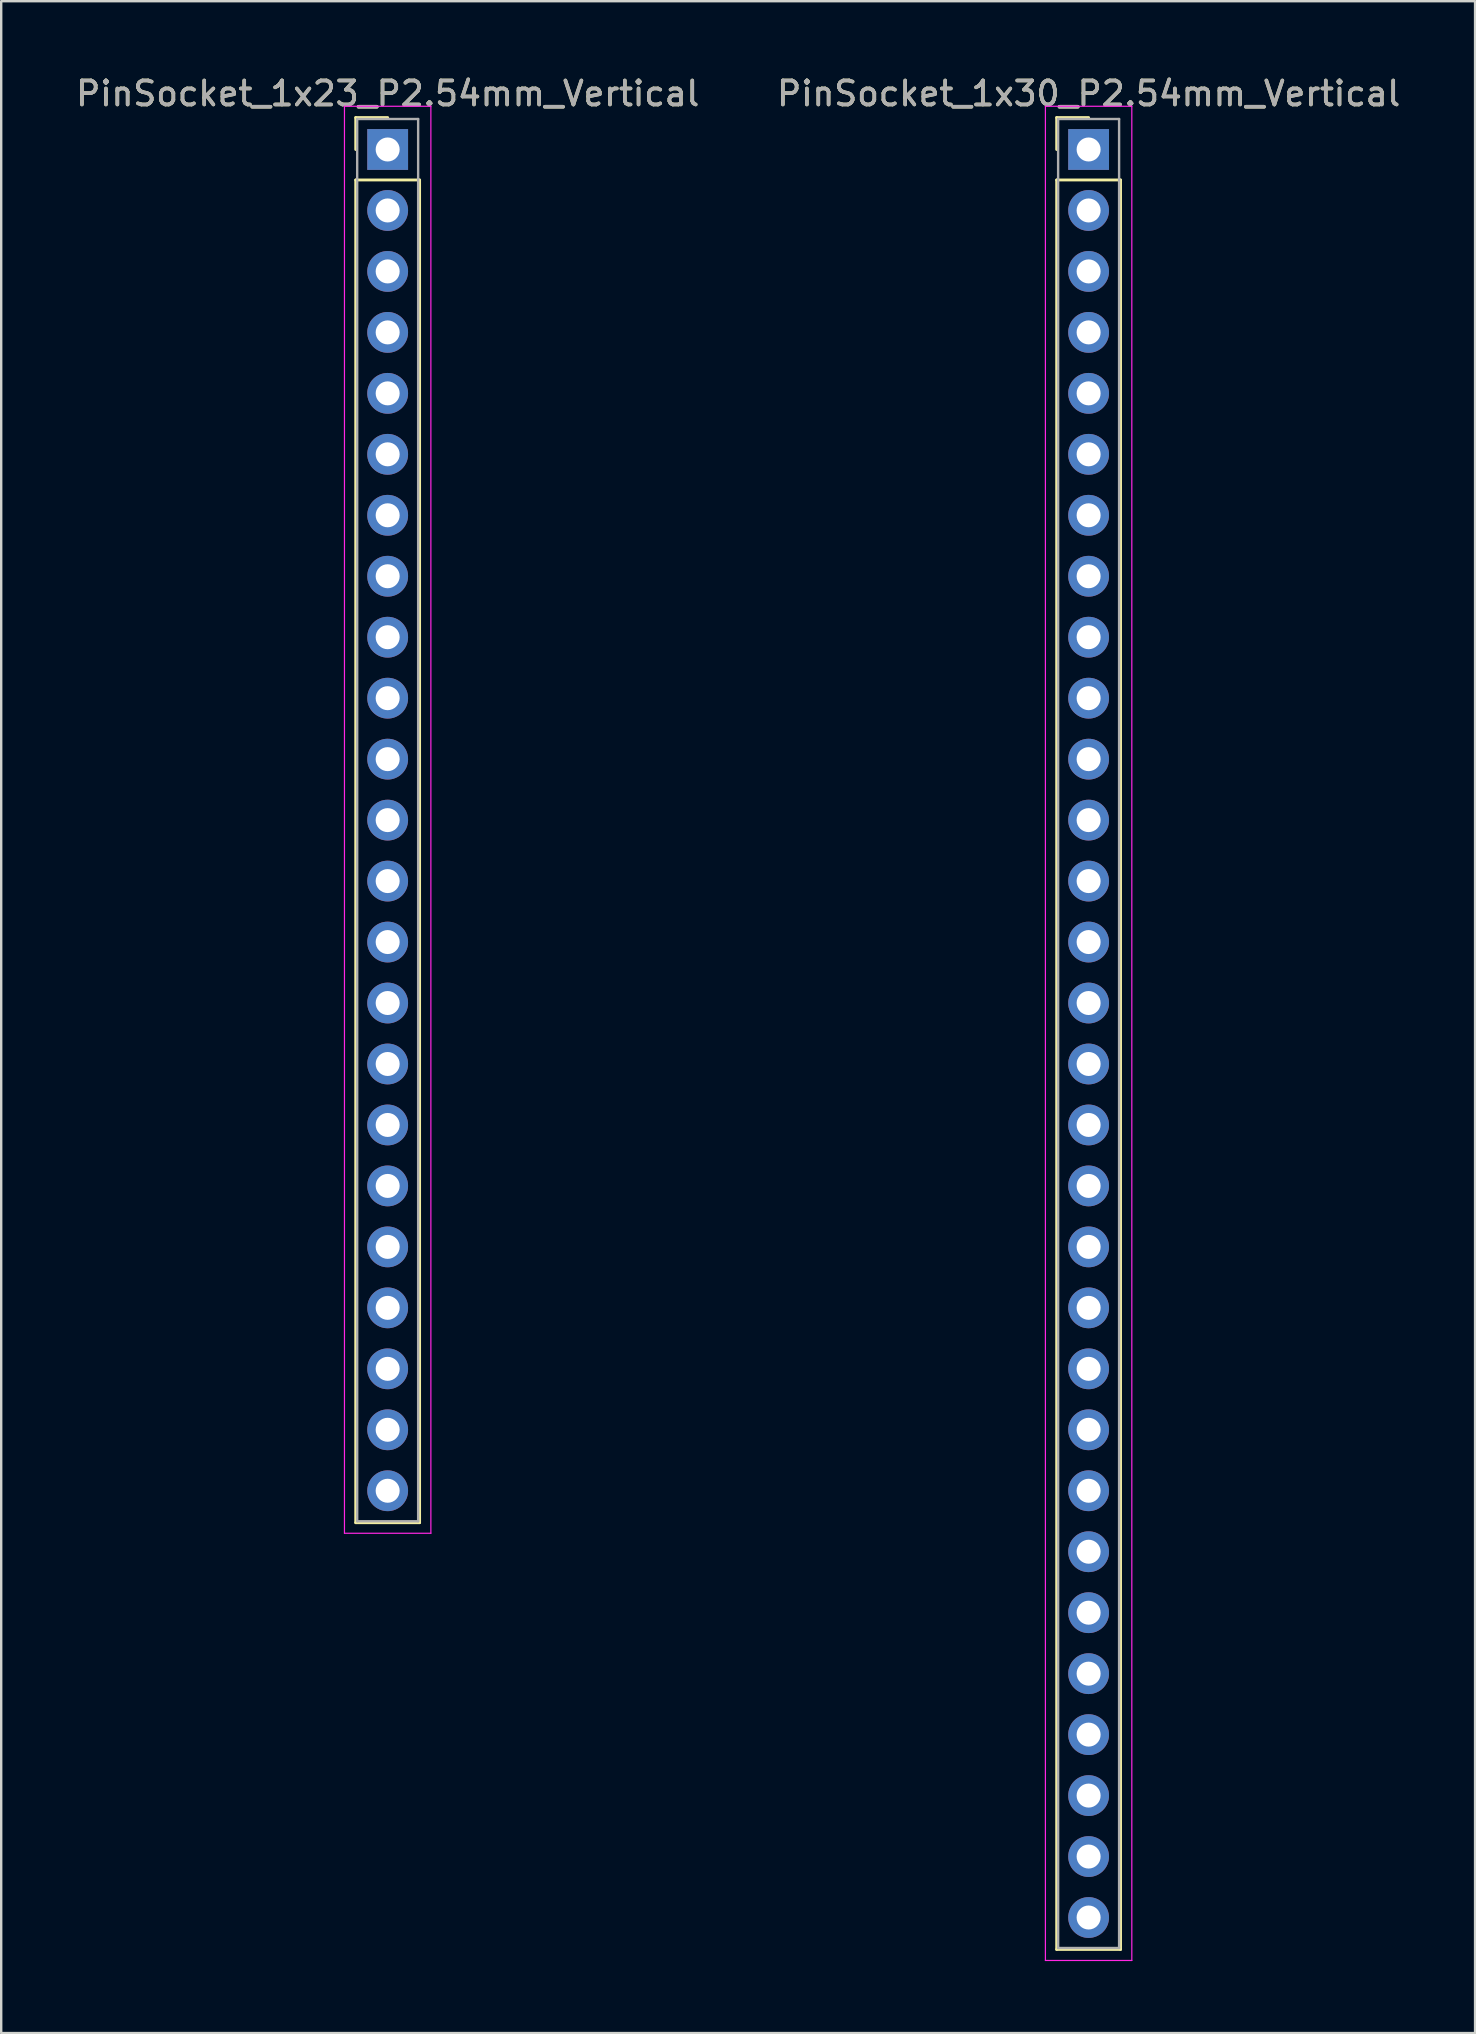
<source format=kicad_pcb>
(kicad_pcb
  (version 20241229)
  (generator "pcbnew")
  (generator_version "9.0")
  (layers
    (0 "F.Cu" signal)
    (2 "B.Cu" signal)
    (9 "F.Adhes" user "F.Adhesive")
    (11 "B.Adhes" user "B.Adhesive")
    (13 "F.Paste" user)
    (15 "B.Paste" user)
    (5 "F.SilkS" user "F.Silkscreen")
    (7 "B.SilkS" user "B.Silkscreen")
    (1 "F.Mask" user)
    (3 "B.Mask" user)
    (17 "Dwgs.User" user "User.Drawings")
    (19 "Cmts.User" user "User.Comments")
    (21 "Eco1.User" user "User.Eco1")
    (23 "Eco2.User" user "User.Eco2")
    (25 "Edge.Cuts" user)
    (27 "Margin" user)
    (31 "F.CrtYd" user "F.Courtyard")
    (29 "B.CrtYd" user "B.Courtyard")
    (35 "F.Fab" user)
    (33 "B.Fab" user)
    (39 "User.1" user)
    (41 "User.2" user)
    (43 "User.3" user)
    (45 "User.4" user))
  (footprint "PinSocket_1x23_P2.54mm_Vertical"
    (layer "F.Cu")
    (at 13.101 3.178)
    (property "Reference" "PinSocket_1x23_P2.54mm_Vertical" (at 0 -2.33 0) (layer "F.SilkS") (effects (font (size 1 1) (thickness 0.15))))
    (attr through_hole)
    (fp_line (start -1.33 -1.33) (end 0 -1.33) (stroke (width 0.12) (type solid)) (layer "F.SilkS"))
    (fp_line (start -1.33 0) (end -1.33 -1.33) (stroke (width 0.12) (type solid)) (layer "F.SilkS"))
    (fp_line (start -1.33 1.27) (end -1.33 57.21) (stroke (width 0.12) (type solid)) (layer "F.SilkS"))
    (fp_line (start -1.33 57.21) (end 1.33 57.21) (stroke (width 0.12) (type solid)) (layer "F.SilkS"))
    (fp_line (start 1.33 1.27) (end -1.33 1.27) (stroke (width 0.12) (type solid)) (layer "F.SilkS"))
    (fp_line (start 1.33 57.21) (end 1.33 1.27) (stroke (width 0.12) (type solid)) (layer "F.SilkS"))
    (fp_line (start -1.8 -1.8) (end -1.8 57.65) (stroke (width 0.05) (type solid)) (layer "F.CrtYd"))
    (fp_line (start -1.8 57.65) (end 1.8 57.65) (stroke (width 0.05) (type solid)) (layer "F.CrtYd"))
    (fp_line (start 1.8 -1.8) (end -1.8 -1.8) (stroke (width 0.05) (type solid)) (layer "F.CrtYd"))
    (fp_line (start 1.8 57.65) (end 1.8 -1.8) (stroke (width 0.05) (type solid)) (layer "F.CrtYd"))
    (fp_line (start -1.27 -1.27) (end -1.27 57.15) (stroke (width 0.1) (type solid)) (layer "F.Fab"))
    (fp_line (start -1.27 57.15) (end 1.27 57.15) (stroke (width 0.1) (type solid)) (layer "F.Fab"))
    (fp_line (start 1.27 -1.27) (end -1.27 -1.27) (stroke (width 0.1) (type solid)) (layer "F.Fab"))
    (fp_line (start 1.27 57.15) (end 1.27 -1.27) (stroke (width 0.1) (type solid)) (layer "F.Fab"))
    (fp_text user "${REFERENCE}" (at 0 -2.33 0) (layer "F.Fab") (effects (font (size 1 1) (thickness 0.15))))
    (pad "1" thru_hole rect (at 0 0) (size 1.7 1.7) (drill 1) (layers "*.Cu" "*.Mask"))
    (pad "2" thru_hole oval (at 0 2.54) (size 1.7 1.7) (drill 1) (layers "*.Cu" "*.Mask"))
    (pad "3" thru_hole oval (at 0 5.08) (size 1.7 1.7) (drill 1) (layers "*.Cu" "*.Mask"))
    (pad "4" thru_hole oval (at 0 7.62) (size 1.7 1.7) (drill 1) (layers "*.Cu" "*.Mask"))
    (pad "5" thru_hole oval (at 0 10.16) (size 1.7 1.7) (drill 1) (layers "*.Cu" "*.Mask"))
    (pad "6" thru_hole oval (at 0 12.7) (size 1.7 1.7) (drill 1) (layers "*.Cu" "*.Mask"))
    (pad "7" thru_hole oval (at 0 15.24) (size 1.7 1.7) (drill 1) (layers "*.Cu" "*.Mask"))
    (pad "8" thru_hole oval (at 0 17.78) (size 1.7 1.7) (drill 1) (layers "*.Cu" "*.Mask"))
    (pad "9" thru_hole oval (at 0 20.32) (size 1.7 1.7) (drill 1) (layers "*.Cu" "*.Mask"))
    (pad "10" thru_hole oval (at 0 22.86) (size 1.7 1.7) (drill 1) (layers "*.Cu" "*.Mask"))
    (pad "11" thru_hole oval (at 0 25.4) (size 1.7 1.7) (drill 1) (layers "*.Cu" "*.Mask"))
    (pad "12" thru_hole oval (at 0 27.94) (size 1.7 1.7) (drill 1) (layers "*.Cu" "*.Mask"))
    (pad "13" thru_hole oval (at 0 30.48) (size 1.7 1.7) (drill 1) (layers "*.Cu" "*.Mask"))
    (pad "14" thru_hole oval (at 0 33.02) (size 1.7 1.7) (drill 1) (layers "*.Cu" "*.Mask"))
    (pad "15" thru_hole oval (at 0 35.56) (size 1.7 1.7) (drill 1) (layers "*.Cu" "*.Mask"))
    (pad "16" thru_hole oval (at 0 38.1) (size 1.7 1.7) (drill 1) (layers "*.Cu" "*.Mask"))
    (pad "17" thru_hole oval (at 0 40.64) (size 1.7 1.7) (drill 1) (layers "*.Cu" "*.Mask"))
    (pad "18" thru_hole oval (at 0 43.18) (size 1.7 1.7) (drill 1) (layers "*.Cu" "*.Mask"))
    (pad "19" thru_hole oval (at 0 45.72) (size 1.7 1.7) (drill 1) (layers "*.Cu" "*.Mask"))
    (pad "20" thru_hole oval (at 0 48.26) (size 1.7 1.7) (drill 1) (layers "*.Cu" "*.Mask"))
    (pad "21" thru_hole oval (at 0 50.8) (size 1.7 1.7) (drill 1) (layers "*.Cu" "*.Mask"))
    (pad "22" thru_hole oval (at 0 53.34) (size 1.7 1.7) (drill 1) (layers "*.Cu" "*.Mask"))
    (pad "23" thru_hole oval (at 0 55.88) (size 1.7 1.7) (drill 1) (layers "*.Cu" "*.Mask")))
  (footprint "PinSocket_1x30_P2.54mm_Vertical"
    (layer "F.Cu")
    (at 42.304 3.178)
    (property "Reference" "PinSocket_1x30_P2.54mm_Vertical" (at 0 -2.33 0) (layer "F.SilkS") (effects (font (size 1 1) (thickness 0.15))))
    (attr through_hole)
    (fp_line (start -1.33 -1.33) (end 0 -1.33) (stroke (width 0.12) (type solid)) (layer "F.SilkS"))
    (fp_line (start -1.33 0) (end -1.33 -1.33) (stroke (width 0.12) (type solid)) (layer "F.SilkS"))
    (fp_line (start -1.33 1.27) (end -1.33 74.99) (stroke (width 0.12) (type solid)) (layer "F.SilkS"))
    (fp_line (start -1.33 74.99) (end 1.33 74.99) (stroke (width 0.12) (type solid)) (layer "F.SilkS"))
    (fp_line (start 1.33 1.27) (end -1.33 1.27) (stroke (width 0.12) (type solid)) (layer "F.SilkS"))
    (fp_line (start 1.33 74.99) (end 1.33 1.27) (stroke (width 0.12) (type solid)) (layer "F.SilkS"))
    (fp_line (start -1.8 -1.8) (end -1.8 75.45) (stroke (width 0.05) (type solid)) (layer "F.CrtYd"))
    (fp_line (start -1.8 75.45) (end 1.8 75.45) (stroke (width 0.05) (type solid)) (layer "F.CrtYd"))
    (fp_line (start 1.8 -1.8) (end -1.8 -1.8) (stroke (width 0.05) (type solid)) (layer "F.CrtYd"))
    (fp_line (start 1.8 75.45) (end 1.8 -1.8) (stroke (width 0.05) (type solid)) (layer "F.CrtYd"))
    (fp_line (start -1.27 -1.27) (end -1.27 74.93) (stroke (width 0.1) (type solid)) (layer "F.Fab"))
    (fp_line (start -1.27 74.93) (end 1.27 74.93) (stroke (width 0.1) (type solid)) (layer "F.Fab"))
    (fp_line (start 1.27 -1.27) (end -1.27 -1.27) (stroke (width 0.1) (type solid)) (layer "F.Fab"))
    (fp_line (start 1.27 74.93) (end 1.27 -1.27) (stroke (width 0.1) (type solid)) (layer "F.Fab"))
    (fp_text user "${REFERENCE}" (at 0 -2.33 0) (layer "F.Fab") (effects (font (size 1 1) (thickness 0.15))))
    (pad "1" thru_hole rect (at 0 0) (size 1.7 1.7) (drill 1) (layers "*.Cu" "*.Mask"))
    (pad "2" thru_hole oval (at 0 2.54) (size 1.7 1.7) (drill 1) (layers "*.Cu" "*.Mask"))
    (pad "3" thru_hole oval (at 0 5.08) (size 1.7 1.7) (drill 1) (layers "*.Cu" "*.Mask"))
    (pad "4" thru_hole oval (at 0 7.62) (size 1.7 1.7) (drill 1) (layers "*.Cu" "*.Mask"))
    (pad "5" thru_hole oval (at 0 10.16) (size 1.7 1.7) (drill 1) (layers "*.Cu" "*.Mask"))
    (pad "6" thru_hole oval (at 0 12.7) (size 1.7 1.7) (drill 1) (layers "*.Cu" "*.Mask"))
    (pad "7" thru_hole oval (at 0 15.24) (size 1.7 1.7) (drill 1) (layers "*.Cu" "*.Mask"))
    (pad "8" thru_hole oval (at 0 17.78) (size 1.7 1.7) (drill 1) (layers "*.Cu" "*.Mask"))
    (pad "9" thru_hole oval (at 0 20.32) (size 1.7 1.7) (drill 1) (layers "*.Cu" "*.Mask"))
    (pad "10" thru_hole oval (at 0 22.86) (size 1.7 1.7) (drill 1) (layers "*.Cu" "*.Mask"))
    (pad "11" thru_hole oval (at 0 25.4) (size 1.7 1.7) (drill 1) (layers "*.Cu" "*.Mask"))
    (pad "12" thru_hole oval (at 0 27.94) (size 1.7 1.7) (drill 1) (layers "*.Cu" "*.Mask"))
    (pad "13" thru_hole oval (at 0 30.48) (size 1.7 1.7) (drill 1) (layers "*.Cu" "*.Mask"))
    (pad "14" thru_hole oval (at 0 33.02) (size 1.7 1.7) (drill 1) (layers "*.Cu" "*.Mask"))
    (pad "15" thru_hole oval (at 0 35.56) (size 1.7 1.7) (drill 1) (layers "*.Cu" "*.Mask"))
    (pad "16" thru_hole oval (at 0 38.1) (size 1.7 1.7) (drill 1) (layers "*.Cu" "*.Mask"))
    (pad "17" thru_hole oval (at 0 40.64) (size 1.7 1.7) (drill 1) (layers "*.Cu" "*.Mask"))
    (pad "18" thru_hole oval (at 0 43.18) (size 1.7 1.7) (drill 1) (layers "*.Cu" "*.Mask"))
    (pad "19" thru_hole oval (at 0 45.72) (size 1.7 1.7) (drill 1) (layers "*.Cu" "*.Mask"))
    (pad "20" thru_hole oval (at 0 48.26) (size 1.7 1.7) (drill 1) (layers "*.Cu" "*.Mask"))
    (pad "21" thru_hole oval (at 0 50.8) (size 1.7 1.7) (drill 1) (layers "*.Cu" "*.Mask"))
    (pad "22" thru_hole oval (at 0 53.34) (size 1.7 1.7) (drill 1) (layers "*.Cu" "*.Mask"))
    (pad "23" thru_hole oval (at 0 55.88) (size 1.7 1.7) (drill 1) (layers "*.Cu" "*.Mask"))
    (pad "24" thru_hole oval (at 0 58.42) (size 1.7 1.7) (drill 1) (layers "*.Cu" "*.Mask"))
    (pad "25" thru_hole oval (at 0 60.96) (size 1.7 1.7) (drill 1) (layers "*.Cu" "*.Mask"))
    (pad "26" thru_hole oval (at 0 63.5) (size 1.7 1.7) (drill 1) (layers "*.Cu" "*.Mask"))
    (pad "27" thru_hole oval (at 0 66.04) (size 1.7 1.7) (drill 1) (layers "*.Cu" "*.Mask"))
    (pad "28" thru_hole oval (at 0 68.58) (size 1.7 1.7) (drill 1) (layers "*.Cu" "*.Mask"))
    (pad "29" thru_hole oval (at 0 71.12) (size 1.7 1.7) (drill 1) (layers "*.Cu" "*.Mask"))
    (pad "30" thru_hole oval (at 0 73.66) (size 1.7 1.7) (drill 1) (layers "*.Cu" "*.Mask")))
  (gr_rect
    (start -3 -3)
    (end 58.405 81.653)
    (stroke (width 0.1) (type default))
    (fill no)
    (layer "Edge.Cuts")))
</source>
